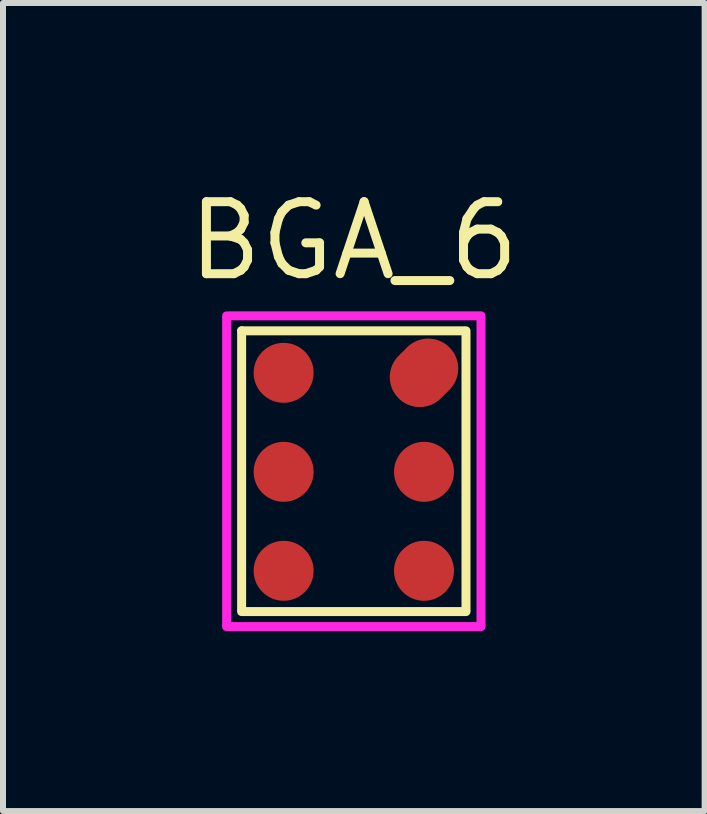
<source format=kicad_pcb>
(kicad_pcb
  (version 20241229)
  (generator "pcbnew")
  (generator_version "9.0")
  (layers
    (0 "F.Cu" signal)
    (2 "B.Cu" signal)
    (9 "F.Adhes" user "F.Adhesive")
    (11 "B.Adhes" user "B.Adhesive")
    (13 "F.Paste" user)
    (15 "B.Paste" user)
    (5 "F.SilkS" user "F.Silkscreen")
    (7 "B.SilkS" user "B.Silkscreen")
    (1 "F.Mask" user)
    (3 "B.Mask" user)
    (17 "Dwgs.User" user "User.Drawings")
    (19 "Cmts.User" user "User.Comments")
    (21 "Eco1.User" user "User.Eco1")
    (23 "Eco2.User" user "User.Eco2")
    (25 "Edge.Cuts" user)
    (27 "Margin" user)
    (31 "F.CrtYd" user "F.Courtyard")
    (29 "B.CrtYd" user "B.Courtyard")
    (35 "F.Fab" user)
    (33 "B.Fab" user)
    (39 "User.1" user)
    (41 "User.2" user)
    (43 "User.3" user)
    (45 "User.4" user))
  (footprint "BGA_6"
    (layer "F.Cu")
    (at 1.678 3.165)
    (property "Reference" "BGA_6" (at 1.17 -2.2 0) (layer "F.SilkS") (effects (font (size 1.2 1.2) (thickness 0.15))))
    (attr through_hole)
    (fp_line (start -0.7 -0.7) (end -0.7 3.95) (stroke (width 0.15) (type solid)) (layer "F.SilkS"))
    (fp_line (start -0.7 3.98) (end 3.04 3.98) (stroke (width 0.15) (type solid)) (layer "F.SilkS"))
    (fp_line (start 3 -0.7) (end -0.7 -0.7) (stroke (width 0.15) (type solid)) (layer "F.SilkS"))
    (fp_line (start 3.04 3.95) (end 3.04 -0.7) (stroke (width 0.15) (type solid)) (layer "F.SilkS"))
    (fp_line (start -0.95 4.2) (end -0.95 -0.95) (stroke (width 0.15) (type solid)) (layer "F.CrtYd"))
    (fp_line (start -0.9 -0.95) (end 3.25 -0.95) (stroke (width 0.15) (type solid)) (layer "F.CrtYd"))
    (fp_line (start 3.29 -0.95) (end 3.29 4.2) (stroke (width 0.15) (type solid)) (layer "F.CrtYd"))
    (fp_line (start 3.29 4.23) (end -0.95 4.23) (stroke (width 0.15) (type solid)) (layer "F.CrtYd"))
    (pad "1" smd circle (at 0 0 36) (size 1 1) (layers "F.Cu" "F.Mask" "F.Paste"))
    (pad "2" smd circle (at 0 1.65) (size 1 1) (layers "F.Cu" "F.Mask" "F.Paste"))
    (pad "3" smd circle (at 0 3.3) (size 1 1) (layers "F.Cu" "F.Mask" "F.Paste"))
    (pad "4" smd circle (at 2.34 3.3) (size 1 1) (layers "F.Cu" "F.Mask" "F.Paste"))
    (pad "5" smd circle (at 2.34 1.65) (size 1 1) (layers "F.Cu" "F.Mask" "F.Paste"))
    (pad "6" smd oval (at 2.34 0 315) (size 1 1.2) (layers "F.Cu" "F.Mask" "F.Paste")))
  (gr_rect
    (start -3 -3)
    (end 8.696 10.47)
    (stroke (width 0.1) (type default))
    (fill no)
    (layer "Edge.Cuts")))
</source>
